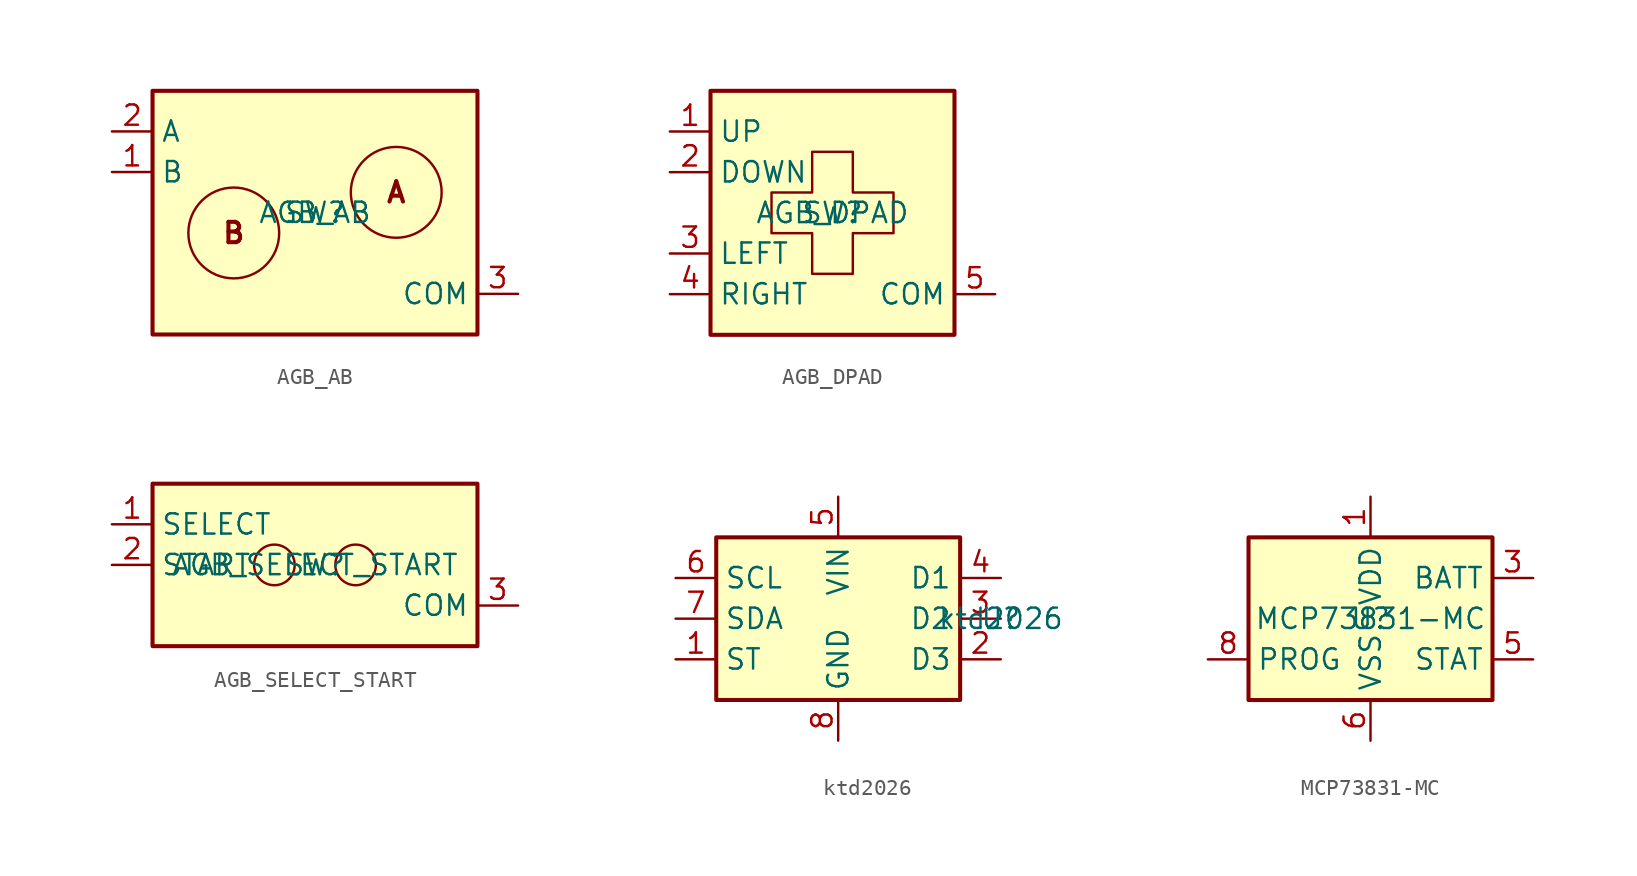
<source format=kicad_sym>
(kicad_symbol_lib
  (version 20220914)
  (generator kicad_symbol_editor)
  (symbol "AGB_AB"
    (property "Reference" "SW"
      (at 0 0 0)
      (effects (font (size 1.27 1.27))))
    (property "Value" "AGB_AB"
      (at 0 0 0)
      (effects (font (size 1.27 1.27))))
    (symbol "AGB_AB_0_1"
      (circle (center -5.08 -1.27) (radius 2.84) (stroke (width 0) (type default)) (fill (type none)))
      (circle (center 5.08 1.27) (radius 2.84) (stroke (width 0) (type default)) (fill (type none))))
    (symbol "AGB_AB_1_1"
      (rectangle (start -10.16 7.62) (end 10.16 -7.62) (stroke (width 0.254) (type default)) (fill (type background)))
      (text "A" (at 5.08 1.27 0) (effects (font (size 1.27 1.27) bold)))
      (text "B" (at -5.08 -1.27 0) (effects (font (size 1.27 1.27) bold)))
      (pin bidirectional line (at -12.7 2.54 0) (length 2.54) (name "B" (effects (font (size 1.27 1.27)))) (number "1" (effects (font (size 1.27 1.27)))))
      (pin bidirectional line (at -12.7 5.08 0) (length 2.54) (name "A" (effects (font (size 1.27 1.27)))) (number "2" (effects (font (size 1.27 1.27)))))
      (pin bidirectional line (at 12.7 -5.08 180) (length 2.54) (name "COM" (effects (font (size 1.27 1.27)))) (number "3" (effects (font (size 1.27 1.27)))))))
  (symbol "AGB_DPAD"
    (property "Reference" "SW"
      (at 0 0 0)
      (effects (font (size 1.27 1.27))))
    (property "Value" "AGB_DPAD"
      (at 0 0 0)
      (effects (font (size 1.27 1.27))))
    (symbol "AGB_DPAD_0_1"
      (polyline (pts (xy -1.27 3.81) (xy 1.27 3.81) (xy 1.27 1.27) (xy 3.81 1.27) (xy 3.81 -1.27) (xy 1.27 -1.27) (xy 1.27 -3.81) (xy -1.27 -3.81) (xy -1.27 -1.27) (xy -3.81 -1.27) (xy -3.81 1.27) (xy -1.27 1.27) (xy -1.27 3.81)) (stroke (width 0) (type default)) (fill (type none))))
    (symbol "AGB_DPAD_1_1"
      (rectangle (start -7.62 7.62) (end 7.62 -7.62) (stroke (width 0.254) (type default)) (fill (type background)))
      (pin bidirectional line (at -10.16 5.08 0) (length 2.54) (name "UP" (effects (font (size 1.27 1.27)))) (number "1" (effects (font (size 1.27 1.27)))))
      (pin bidirectional line (at -10.16 2.54 0) (length 2.54) (name "DOWN" (effects (font (size 1.27 1.27)))) (number "2" (effects (font (size 1.27 1.27)))))
      (pin bidirectional line (at -10.16 -2.54 0) (length 2.54) (name "LEFT" (effects (font (size 1.27 1.27)))) (number "3" (effects (font (size 1.27 1.27)))))
      (pin bidirectional line (at -10.16 -5.08 0) (length 2.54) (name "RIGHT" (effects (font (size 1.27 1.27)))) (number "4" (effects (font (size 1.27 1.27)))))
      (pin bidirectional line (at 10.16 -5.08 180) (length 2.54) (name "COM" (effects (font (size 1.27 1.27)))) (number "5" (effects (font (size 1.27 1.27)))))))
  (symbol "AGB_SELECT_START"
    (property "Reference" "SW"
      (at 0 0 0)
      (effects (font (size 1.27 1.27))))
    (property "Value" "AGB_SELECT_START"
      (at 0 0 0)
      (effects (font (size 1.27 1.27))))
    (symbol "AGB_SELECT_START_0_1"
      (circle (center -2.54 0) (radius 1.27) (stroke (width 0) (type default)) (fill (type none)))
      (circle (center 2.54 0) (radius 1.27) (stroke (width 0) (type default)) (fill (type none))))
    (symbol "AGB_SELECT_START_1_1"
      (rectangle (start -10.16 5.08) (end 10.16 -5.08) (stroke (width 0.254) (type default)) (fill (type background)))
      (pin bidirectional line (at -12.7 2.54 0) (length 2.54) (name "SELECT" (effects (font (size 1.27 1.27)))) (number "1" (effects (font (size 1.27 1.27)))))
      (pin bidirectional line (at -12.7 0 0) (length 2.54) (name "START" (effects (font (size 1.27 1.27)))) (number "2" (effects (font (size 1.27 1.27)))))
      (pin bidirectional line (at 12.7 -2.54 180) (length 2.54) (name "COM" (effects (font (size 1.27 1.27)))) (number "3" (effects (font (size 1.27 1.27)))))))
  (symbol "ktd2026"
    (property "Reference" "U"
      (at 10.16 0 0)
      (effects (font (size 1.27 1.27))))
    (property "Value" "ktd2026"
      (at 10.16 0 0)
      (effects (font (size 1.27 1.27))))
    (symbol "ktd2026_1_1"
      (rectangle (start -7.62 5.08) (end 7.62 -5.08) (stroke (width 0.254) (type default)) (fill (type background)))
      (pin output line (at -10.16 -2.54 0) (length 2.54) (name "ST" (effects (font (size 1.27 1.27)))) (number "1" (effects (font (size 1.27 1.27)))))
      (pin bidirectional line (at 10.16 -2.54 180) (length 2.54) (name "D3" (effects (font (size 1.27 1.27)))) (number "2" (effects (font (size 1.27 1.27)))))
      (pin bidirectional line (at 10.16 0 180) (length 2.54) (name "D2" (effects (font (size 1.27 1.27)))) (number "3" (effects (font (size 1.27 1.27)))))
      (pin bidirectional line (at 10.16 2.54 180) (length 2.54) (name "D1" (effects (font (size 1.27 1.27)))) (number "4" (effects (font (size 1.27 1.27)))))
      (pin power_in line (at 0 7.62 270) (length 2.54) (name "VIN" (effects (font (size 1.27 1.27)))) (number "5" (effects (font (size 1.27 1.27)))))
      (pin input line (at -10.16 2.54 0) (length 2.54) (name "SCL" (effects (font (size 1.27 1.27)))) (number "6" (effects (font (size 1.27 1.27)))))
      (pin bidirectional line (at -10.16 0 0) (length 2.54) (name "SDA" (effects (font (size 1.27 1.27)))) (number "7" (effects (font (size 1.27 1.27)))))
      (pin power_in line (at 0 -7.62 90) (length 2.54) (name "GND" (effects (font (size 1.27 1.27)))) (number "8" (effects (font (size 1.27 1.27)))))
      (pin passive line (at 0 -7.62 90) (length 2.54) hide (name "GND" (effects (font (size 1.27 1.27)))) (number "9" (effects (font (size 1.27 1.27)))))))
  (symbol "MCP73831-MC"
    (property "Reference" "U"
      (at 0 0 0)
      (effects (font (size 1.27 1.27))))
    (property "Value" "MCP73831-MC"
      (at 0 0 0)
      (effects (font (size 1.27 1.27))))
    (symbol "MCP73831-MC_1_1"
      (rectangle (start -7.62 5.08) (end 7.62 -5.08) (stroke (width 0.254) (type default)) (fill (type background)))
      (pin power_in line (at 0 7.62 270) (length 2.54) (name "VDD" (effects (font (size 1.27 1.27)))) (number "1" (effects (font (size 1.27 1.27)))))
      (pin passive line (at 0 7.62 270) (length 2.54) hide (name "VDD" (effects (font (size 1.27 1.27)))) (number "2" (effects (font (size 1.27 1.27)))))
      (pin power_out line (at 10.16 2.54 180) (length 2.54) (name "BATT" (effects (font (size 1.27 1.27)))) (number "3" (effects (font (size 1.27 1.27)))))
      (pin passive line (at 10.16 2.54 180) (length 2.54) hide (name "BATT" (effects (font (size 1.27 1.27)))) (number "4" (effects (font (size 1.27 1.27)))))
      (pin output line (at 10.16 -2.54 180) (length 2.54) (name "STAT" (effects (font (size 1.27 1.27)))) (number "5" (effects (font (size 1.27 1.27)))))
      (pin power_in line (at 0 -7.62 90) (length 2.54) (name "VSS" (effects (font (size 1.27 1.27)))) (number "6" (effects (font (size 1.27 1.27)))))
      (pin no_connect line (at -10.16 2.54 0) (length 2.54) hide (name "NC" (effects (font (size 1.27 1.27)))) (number "7" (effects (font (size 1.27 1.27)))))
      (pin input line (at -10.16 -2.54 0) (length 2.54) (name "PROG" (effects (font (size 1.27 1.27)))) (number "8" (effects (font (size 1.27 1.27)))))
      (pin passive line (at 0 -7.62 90) (length 2.54) hide (name "VSS" (effects (font (size 1.27 1.27)))) (number "9" (effects (font (size 1.27 1.27))))))))
</source>
